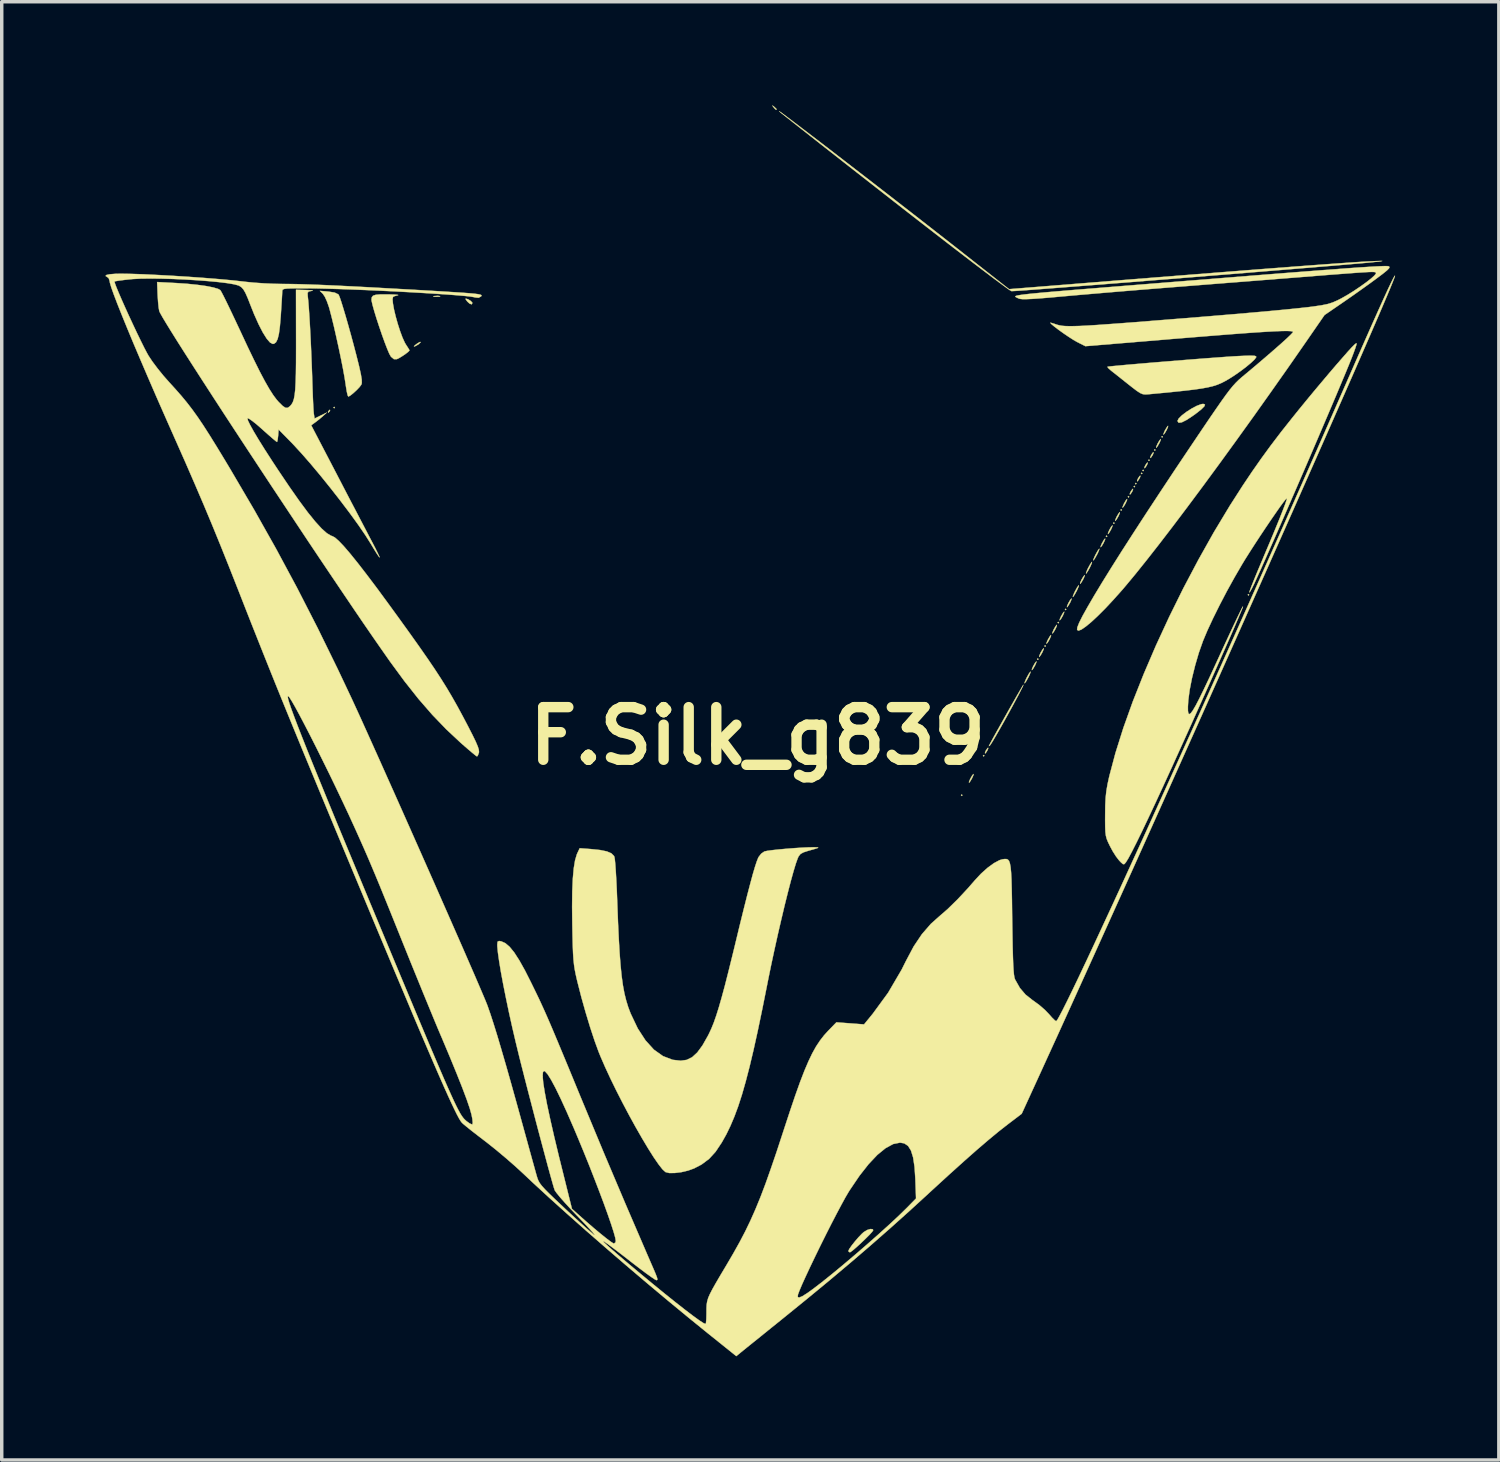
<source format=kicad_pcb>
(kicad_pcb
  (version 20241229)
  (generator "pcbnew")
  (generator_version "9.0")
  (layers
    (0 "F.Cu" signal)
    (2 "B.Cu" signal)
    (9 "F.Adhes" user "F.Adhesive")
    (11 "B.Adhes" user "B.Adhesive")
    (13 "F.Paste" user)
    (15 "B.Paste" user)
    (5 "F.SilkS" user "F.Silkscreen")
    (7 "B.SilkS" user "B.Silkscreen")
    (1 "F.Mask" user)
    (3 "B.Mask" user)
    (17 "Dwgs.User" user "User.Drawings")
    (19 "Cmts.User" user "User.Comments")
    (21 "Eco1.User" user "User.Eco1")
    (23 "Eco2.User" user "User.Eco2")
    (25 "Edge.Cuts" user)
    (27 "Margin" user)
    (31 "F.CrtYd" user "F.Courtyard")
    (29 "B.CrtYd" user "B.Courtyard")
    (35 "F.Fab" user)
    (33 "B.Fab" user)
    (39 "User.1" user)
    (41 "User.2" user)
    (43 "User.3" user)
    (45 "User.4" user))
  (footprint "F.Silk_g839"
    (layer "F.Cu")
    (at 18.876 18.248)
    (property "Reference" "F.Silk_g839" (at 0 0 0) (layer "F.SilkS") (effects (font (size 1.524 1.524) (thickness 0.3))))
    (attr through_hole)
    (fp_poly (pts (xy -12.234 -9.504) (xy -12.255 -9.483) (xy -12.277 -9.504) (xy -12.255 -9.525) (xy -12.234 -9.504)) (stroke (width 0.01) (type solid)) (fill yes) (layer "F.SilkS"))
    (fp_poly (pts (xy 5.927 1.714) (xy 5.905 1.736) (xy 5.884 1.714) (xy 5.905 1.693) (xy 5.927 1.714)) (stroke (width 0.01) (type solid)) (fill yes) (layer "F.SilkS"))
    (fp_poly (pts (xy 6.562 0.572) (xy 6.54 0.593) (xy 6.519 0.572) (xy 6.54 0.55) (xy 6.562 0.572)) (stroke (width 0.01) (type solid)) (fill yes) (layer "F.SilkS"))
    (fp_poly (pts (xy 8.128 -2.223) (xy 8.107 -2.201) (xy 8.086 -2.223) (xy 8.107 -2.244) (xy 8.128 -2.223)) (stroke (width 0.01) (type solid)) (fill yes) (layer "F.SilkS"))
    (fp_poly (pts (xy 8.34 -2.603) (xy 8.319 -2.582) (xy 8.297 -2.603) (xy 8.319 -2.625) (xy 8.34 -2.603)) (stroke (width 0.01) (type solid)) (fill yes) (layer "F.SilkS"))
    (fp_poly (pts (xy 8.721 -3.281) (xy 8.7 -3.26) (xy 8.678 -3.281) (xy 8.7 -3.302) (xy 8.721 -3.281)) (stroke (width 0.01) (type solid)) (fill yes) (layer "F.SilkS"))
    (fp_poly (pts (xy 8.932 -3.662) (xy 8.911 -3.641) (xy 8.89 -3.662) (xy 8.911 -3.683) (xy 8.932 -3.662)) (stroke (width 0.01) (type solid)) (fill yes) (layer "F.SilkS"))
    (fp_poly (pts (xy 10.118 -5.779) (xy 10.097 -5.757) (xy 10.075 -5.779) (xy 10.097 -5.8) (xy 10.118 -5.779)) (stroke (width 0.01) (type solid)) (fill yes) (layer "F.SilkS"))
    (fp_poly (pts (xy 10.329 -6.16) (xy 10.308 -6.138) (xy 10.287 -6.16) (xy 10.308 -6.181) (xy 10.329 -6.16)) (stroke (width 0.01) (type solid)) (fill yes) (layer "F.SilkS"))
    (fp_poly (pts (xy 10.541 -6.54) (xy 10.52 -6.519) (xy 10.499 -6.54) (xy 10.52 -6.562) (xy 10.541 -6.54)) (stroke (width 0.01) (type solid)) (fill yes) (layer "F.SilkS"))
    (fp_poly (pts (xy 10.753 -6.921) (xy 10.732 -6.9) (xy 10.71 -6.921) (xy 10.732 -6.943) (xy 10.753 -6.921)) (stroke (width 0.01) (type solid)) (fill yes) (layer "F.SilkS"))
    (fp_poly (pts (xy 10.922 -7.218) (xy 10.901 -7.197) (xy 10.88 -7.218) (xy 10.901 -7.239) (xy 10.922 -7.218)) (stroke (width 0.01) (type solid)) (fill yes) (layer "F.SilkS"))
    (fp_poly (pts (xy 10.964 -7.303) (xy 10.943 -7.281) (xy 10.922 -7.303) (xy 10.943 -7.324) (xy 10.964 -7.303)) (stroke (width 0.01) (type solid)) (fill yes) (layer "F.SilkS"))
    (fp_poly (pts (xy 11.134 -7.599) (xy 11.113 -7.578) (xy 11.091 -7.599) (xy 11.113 -7.62) (xy 11.134 -7.599)) (stroke (width 0.01) (type solid)) (fill yes) (layer "F.SilkS"))
    (fp_poly (pts (xy 11.176 -7.684) (xy 11.155 -7.662) (xy 11.134 -7.684) (xy 11.155 -7.705) (xy 11.176 -7.684)) (stroke (width 0.01) (type solid)) (fill yes) (layer "F.SilkS"))
    (fp_poly (pts (xy 11.345 -7.98) (xy 11.324 -7.959) (xy 11.303 -7.98) (xy 11.324 -8.001) (xy 11.345 -7.98)) (stroke (width 0.01) (type solid)) (fill yes) (layer "F.SilkS"))
    (fp_poly (pts (xy 11.515 -8.276) (xy 11.493 -8.255) (xy 11.472 -8.276) (xy 11.493 -8.297) (xy 11.515 -8.276)) (stroke (width 0.01) (type solid)) (fill yes) (layer "F.SilkS"))
    (fp_poly (pts (xy 11.726 -8.657) (xy 11.705 -8.636) (xy 11.684 -8.657) (xy 11.705 -8.678) (xy 11.726 -8.657)) (stroke (width 0.01) (type solid)) (fill yes) (layer "F.SilkS"))
    (fp_poly (pts (xy 14.224 -4.085) (xy 14.203 -4.064) (xy 14.182 -4.085) (xy 14.203 -4.106) (xy 14.224 -4.085)) (stroke (width 0.01) (type solid)) (fill yes) (layer "F.SilkS"))
    (fp_poly (pts (xy -12.375 -9.413) (xy -12.383 -9.398) (xy -12.422 -9.358) (xy -12.43 -9.356) (xy -12.433 -9.383) (xy -12.425 -9.398) (xy -12.385 -9.438) (xy -12.378 -9.44) (xy -12.375 -9.413)) (stroke (width 0.01) (type solid)) (fill yes) (layer "F.SilkS"))
    (fp_poly (pts (xy -9.196 -12.729) (xy -9.187 -12.718) (xy -9.247 -12.711) (xy -9.292 -12.711) (xy -9.374 -12.715) (xy -9.387 -12.724) (xy -9.366 -12.73) (xy -9.255 -12.737) (xy -9.196 -12.729)) (stroke (width 0.01) (type solid)) (fill yes) (layer "F.SilkS"))
    (fp_poly (pts (xy 0.446 -18.232) (xy 0.476 -18.209) (xy 0.542 -18.147) (xy 0.542 -18.119) (xy 0.534 -18.119) (xy 0.499 -18.148) (xy 0.46 -18.193) (xy 0.424 -18.243) (xy 0.446 -18.232)) (stroke (width 0.01) (type solid)) (fill yes) (layer "F.SilkS"))
    (fp_poly (pts (xy 6.67 0.37) (xy 6.646 0.423) (xy 6.603 0.49) (xy 6.58 0.508) (xy 6.58 0.477) (xy 6.604 0.423) (xy 6.648 0.357) (xy 6.67 0.339) (xy 6.67 0.37)) (stroke (width 0.01) (type solid)) (fill yes) (layer "F.SilkS"))
    (fp_poly (pts (xy 10.861 -7.123) (xy 10.837 -7.07) (xy 10.794 -7.003) (xy 10.771 -6.985) (xy 10.771 -7.016) (xy 10.795 -7.07) (xy 10.839 -7.136) (xy 10.861 -7.154) (xy 10.861 -7.123)) (stroke (width 0.01) (type solid)) (fill yes) (layer "F.SilkS"))
    (fp_poly (pts (xy 11.073 -7.504) (xy 11.049 -7.451) (xy 11.005 -7.384) (xy 10.983 -7.366) (xy 10.983 -7.397) (xy 11.007 -7.451) (xy 11.05 -7.517) (xy 11.073 -7.535) (xy 11.073 -7.504)) (stroke (width 0.01) (type solid)) (fill yes) (layer "F.SilkS"))
    (fp_poly (pts (xy 11.285 -7.885) (xy 11.261 -7.832) (xy 11.217 -7.765) (xy 11.194 -7.747) (xy 11.194 -7.778) (xy 11.218 -7.832) (xy 11.262 -7.898) (xy 11.285 -7.916) (xy 11.285 -7.885)) (stroke (width 0.01) (type solid)) (fill yes) (layer "F.SilkS"))
    (fp_poly (pts (xy 11.454 -8.182) (xy 11.43 -8.128) (xy 11.386 -8.061) (xy 11.364 -8.043) (xy 11.364 -8.074) (xy 11.388 -8.128) (xy 11.431 -8.195) (xy 11.454 -8.213) (xy 11.454 -8.182)) (stroke (width 0.01) (type solid)) (fill yes) (layer "F.SilkS"))
    (fp_poly (pts (xy -8.377 -12.636) (xy -8.3 -12.587) (xy -8.256 -12.536) (xy -8.255 -12.529) (xy -8.278 -12.49) (xy -8.339 -12.514) (xy -8.403 -12.573) (xy -8.449 -12.634) (xy -8.449 -12.658) (xy -8.377 -12.636)) (stroke (width 0.01) (type solid)) (fill yes) (layer "F.SilkS"))
    (fp_poly (pts (xy -9.753 -11.397) (xy -9.755 -11.392) (xy -9.8 -11.347) (xy -9.869 -11.301) (xy -9.928 -11.272) (xy -9.948 -11.275) (xy -9.917 -11.308) (xy -9.841 -11.364) (xy -9.837 -11.366) (xy -9.77 -11.403) (xy -9.753 -11.397)) (stroke (width 0.01) (type solid)) (fill yes) (layer "F.SilkS"))
    (fp_poly (pts (xy 6.244 1.133) (xy 6.209 1.213) (xy 6.202 1.228) (xy 6.152 1.313) (xy 6.117 1.354) (xy 6.115 1.355) (xy 6.118 1.322) (xy 6.152 1.242) (xy 6.16 1.228) (xy 6.209 1.142) (xy 6.244 1.101) (xy 6.246 1.101) (xy 6.244 1.133)) (stroke (width 0.01) (type solid)) (fill yes) (layer "F.SilkS"))
    (fp_poly (pts (xy 7.892 -1.829) (xy 7.857 -1.745) (xy 7.832 -1.693) (xy 7.776 -1.592) (xy 7.734 -1.531) (xy 7.724 -1.524) (xy 7.729 -1.557) (xy 7.764 -1.642) (xy 7.789 -1.693) (xy 7.845 -1.795) (xy 7.887 -1.855) (xy 7.897 -1.863) (xy 7.892 -1.829)) (stroke (width 0.01) (type solid)) (fill yes) (layer "F.SilkS"))
    (fp_poly (pts (xy 8.064 -2.126) (xy 8.03 -2.047) (xy 8.022 -2.032) (xy 7.972 -1.946) (xy 7.938 -1.906) (xy 7.935 -1.905) (xy 7.938 -1.938) (xy 7.972 -2.017) (xy 7.98 -2.032) (xy 8.03 -2.118) (xy 8.064 -2.158) (xy 8.067 -2.159) (xy 8.064 -2.126)) (stroke (width 0.01) (type solid)) (fill yes) (layer "F.SilkS"))
    (fp_poly (pts (xy 8.276 -2.507) (xy 8.241 -2.428) (xy 8.234 -2.413) (xy 8.184 -2.327) (xy 8.149 -2.287) (xy 8.147 -2.286) (xy 8.15 -2.319) (xy 8.184 -2.398) (xy 8.191 -2.413) (xy 8.241 -2.499) (xy 8.276 -2.539) (xy 8.278 -2.54) (xy 8.276 -2.507)) (stroke (width 0.01) (type solid)) (fill yes) (layer "F.SilkS"))
    (fp_poly (pts (xy 8.487 -2.888) (xy 8.453 -2.809) (xy 8.445 -2.794) (xy 8.396 -2.708) (xy 8.361 -2.668) (xy 8.359 -2.667) (xy 8.361 -2.7) (xy 8.396 -2.779) (xy 8.403 -2.794) (xy 8.453 -2.88) (xy 8.488 -2.92) (xy 8.49 -2.921) (xy 8.487 -2.888)) (stroke (width 0.01) (type solid)) (fill yes) (layer "F.SilkS"))
    (fp_poly (pts (xy 8.657 -3.185) (xy 8.622 -3.105) (xy 8.615 -3.09) (xy 8.565 -3.005) (xy 8.53 -2.964) (xy 8.528 -2.963) (xy 8.531 -2.996) (xy 8.565 -3.076) (xy 8.572 -3.09) (xy 8.622 -3.176) (xy 8.657 -3.217) (xy 8.659 -3.217) (xy 8.657 -3.185)) (stroke (width 0.01) (type solid)) (fill yes) (layer "F.SilkS"))
    (fp_poly (pts (xy 8.868 -3.566) (xy 8.834 -3.486) (xy 8.826 -3.471) (xy 8.777 -3.386) (xy 8.742 -3.345) (xy 8.74 -3.344) (xy 8.742 -3.377) (xy 8.777 -3.457) (xy 8.784 -3.471) (xy 8.834 -3.557) (xy 8.869 -3.598) (xy 8.871 -3.598) (xy 8.868 -3.566)) (stroke (width 0.01) (type solid)) (fill yes) (layer "F.SilkS"))
    (fp_poly (pts (xy 9.08 -3.947) (xy 9.046 -3.867) (xy 9.038 -3.852) (xy 8.988 -3.767) (xy 8.954 -3.726) (xy 8.951 -3.725) (xy 8.954 -3.758) (xy 8.988 -3.838) (xy 8.996 -3.852) (xy 9.046 -3.938) (xy 9.08 -3.979) (xy 9.083 -3.979) (xy 9.08 -3.947)) (stroke (width 0.01) (type solid)) (fill yes) (layer "F.SilkS"))
    (fp_poly (pts (xy 9.289 -4.327) (xy 9.254 -4.242) (xy 9.229 -4.191) (xy 9.173 -4.089) (xy 9.131 -4.029) (xy 9.121 -4.022) (xy 9.126 -4.055) (xy 9.161 -4.14) (xy 9.186 -4.191) (xy 9.242 -4.293) (xy 9.284 -4.353) (xy 9.294 -4.36) (xy 9.289 -4.327)) (stroke (width 0.01) (type solid)) (fill yes) (layer "F.SilkS"))
    (fp_poly (pts (xy 9.461 -4.624) (xy 9.427 -4.544) (xy 9.419 -4.53) (xy 9.369 -4.444) (xy 9.335 -4.403) (xy 9.332 -4.403) (xy 9.335 -4.435) (xy 9.369 -4.515) (xy 9.377 -4.53) (xy 9.427 -4.615) (xy 9.461 -4.656) (xy 9.464 -4.657) (xy 9.461 -4.624)) (stroke (width 0.01) (type solid)) (fill yes) (layer "F.SilkS"))
    (fp_poly (pts (xy 9.67 -5.004) (xy 9.635 -4.92) (xy 9.61 -4.868) (xy 9.554 -4.767) (xy 9.512 -4.706) (xy 9.502 -4.699) (xy 9.507 -4.732) (xy 9.542 -4.817) (xy 9.567 -4.868) (xy 9.623 -4.97) (xy 9.665 -5.03) (xy 9.675 -5.038) (xy 9.67 -5.004)) (stroke (width 0.01) (type solid)) (fill yes) (layer "F.SilkS"))
    (fp_poly (pts (xy 9.882 -5.385) (xy 9.847 -5.301) (xy 9.821 -5.249) (xy 9.765 -5.148) (xy 9.724 -5.087) (xy 9.714 -5.08) (xy 9.718 -5.113) (xy 9.754 -5.198) (xy 9.779 -5.249) (xy 9.835 -5.351) (xy 9.877 -5.411) (xy 9.887 -5.419) (xy 9.882 -5.385)) (stroke (width 0.01) (type solid)) (fill yes) (layer "F.SilkS"))
    (fp_poly (pts (xy 10.054 -5.682) (xy 10.019 -5.603) (xy 10.012 -5.588) (xy 9.962 -5.502) (xy 9.927 -5.462) (xy 9.925 -5.461) (xy 9.928 -5.494) (xy 9.962 -5.573) (xy 9.97 -5.588) (xy 10.019 -5.674) (xy 10.054 -5.714) (xy 10.056 -5.715) (xy 10.054 -5.682)) (stroke (width 0.01) (type solid)) (fill yes) (layer "F.SilkS"))
    (fp_poly (pts (xy 10.265 -6.063) (xy 10.231 -5.984) (xy 10.223 -5.969) (xy 10.174 -5.883) (xy 10.139 -5.843) (xy 10.137 -5.842) (xy 10.139 -5.875) (xy 10.174 -5.954) (xy 10.181 -5.969) (xy 10.231 -6.055) (xy 10.266 -6.095) (xy 10.268 -6.096) (xy 10.265 -6.063)) (stroke (width 0.01) (type solid)) (fill yes) (layer "F.SilkS"))
    (fp_poly (pts (xy 10.477 -6.444) (xy 10.443 -6.365) (xy 10.435 -6.35) (xy 10.385 -6.264) (xy 10.351 -6.224) (xy 10.348 -6.223) (xy 10.351 -6.256) (xy 10.385 -6.335) (xy 10.393 -6.35) (xy 10.443 -6.436) (xy 10.477 -6.476) (xy 10.48 -6.477) (xy 10.477 -6.444)) (stroke (width 0.01) (type solid)) (fill yes) (layer "F.SilkS"))
    (fp_poly (pts (xy 10.689 -6.825) (xy 10.654 -6.746) (xy 10.647 -6.731) (xy 10.597 -6.645) (xy 10.562 -6.605) (xy 10.56 -6.604) (xy 10.563 -6.637) (xy 10.597 -6.716) (xy 10.604 -6.731) (xy 10.654 -6.817) (xy 10.689 -6.857) (xy 10.691 -6.858) (xy 10.689 -6.825)) (stroke (width 0.01) (type solid)) (fill yes) (layer "F.SilkS"))
    (fp_poly (pts (xy 11.662 -8.561) (xy 11.628 -8.481) (xy 11.62 -8.467) (xy 11.571 -8.381) (xy 11.536 -8.34) (xy 11.534 -8.34) (xy 11.536 -8.372) (xy 11.571 -8.452) (xy 11.578 -8.467) (xy 11.628 -8.552) (xy 11.663 -8.593) (xy 11.665 -8.594) (xy 11.662 -8.561)) (stroke (width 0.01) (type solid)) (fill yes) (layer "F.SilkS"))
    (fp_poly (pts (xy 11.874 -8.942) (xy 11.84 -8.862) (xy 11.832 -8.848) (xy 11.782 -8.762) (xy 11.748 -8.721) (xy 11.745 -8.721) (xy 11.748 -8.753) (xy 11.782 -8.833) (xy 11.79 -8.848) (xy 11.84 -8.933) (xy 11.874 -8.974) (xy 11.877 -8.975) (xy 11.874 -8.942)) (stroke (width 0.01) (type solid)) (fill yes) (layer "F.SilkS"))
    (fp_poly (pts (xy 12.945 -9.592) (xy 12.927 -9.54) (xy 12.838 -9.451) (xy 12.675 -9.323) (xy 12.618 -9.282) (xy 12.419 -9.149) (xy 12.274 -9.076) (xy 12.184 -9.064) (xy 12.15 -9.112) (xy 12.15 -9.119) (xy 12.185 -9.188) (xy 12.278 -9.279) (xy 12.409 -9.379) (xy 12.558 -9.474) (xy 12.707 -9.553) (xy 12.834 -9.601) (xy 12.893 -9.61) (xy 12.945 -9.592)) (stroke (width 0.01) (type solid)) (fill yes) (layer "F.SilkS"))
    (fp_poly (pts (xy 3.331 14.276) (xy 3.344 14.303) (xy 3.315 14.348) (xy 3.238 14.433) (xy 3.128 14.543) (xy 3.003 14.663) (xy 2.878 14.778) (xy 2.769 14.873) (xy 2.692 14.932) (xy 2.667 14.944) (xy 2.626 14.914) (xy 2.625 14.905) (xy 2.651 14.847) (xy 2.72 14.748) (xy 2.815 14.628) (xy 2.919 14.507) (xy 3.017 14.405) (xy 3.071 14.357) (xy 3.172 14.296) (xy 3.267 14.268) (xy 3.331 14.276)) (stroke (width 0.01) (type solid)) (fill yes) (layer "F.SilkS"))
    (fp_poly (pts (xy 7.679 -1.447) (xy 7.632 -1.351) (xy 7.558 -1.206) (xy 7.461 -1.025) (xy 7.35 -0.819) (xy 7.23 -0.6) (xy 7.109 -0.382) (xy 6.993 -0.177) (xy 6.889 0.004) (xy 6.804 0.149) (xy 6.744 0.244) (xy 6.721 0.275) (xy 6.691 0.295) (xy 6.698 0.275) (xy 6.745 0.186) (xy 6.821 0.046) (xy 6.92 -0.132) (xy 7.035 -0.337) (xy 7.158 -0.557) (xy 7.282 -0.778) (xy 7.402 -0.989) (xy 7.509 -1.177) (xy 7.598 -1.329) (xy 7.66 -1.435) (xy 7.689 -1.481) (xy 7.69 -1.482) (xy 7.679 -1.447)) (stroke (width 0.01) (type solid)) (fill yes) (layer "F.SilkS"))
    (fp_poly (pts (xy -12.424 -12.86) (xy -12.241 -12.831) (xy -12.138 -12.781) (xy -12.126 -12.768) (xy -12.098 -12.704) (xy -12.052 -12.57) (xy -11.993 -12.38) (xy -11.923 -12.146) (xy -11.847 -11.881) (xy -11.768 -11.597) (xy -11.69 -11.308) (xy -11.616 -11.025) (xy -11.55 -10.762) (xy -11.535 -10.701) (xy -11.484 -10.472) (xy -11.458 -10.313) (xy -11.456 -10.211) (xy -11.469 -10.167) (xy -11.523 -10.095) (xy -11.61 -10.004) (xy -11.709 -9.914) (xy -11.796 -9.846) (xy -11.846 -9.821) (xy -11.866 -9.86) (xy -11.89 -9.964) (xy -11.915 -10.115) (xy -11.926 -10.192) (xy -11.955 -10.377) (xy -12 -10.625) (xy -12.058 -10.917) (xy -12.124 -11.233) (xy -12.195 -11.554) (xy -12.265 -11.861) (xy -12.332 -12.134) (xy -12.39 -12.355) (xy -12.408 -12.417) (xy -12.464 -12.576) (xy -12.526 -12.711) (xy -12.581 -12.793) (xy -12.669 -12.881) (xy -12.424 -12.86)) (stroke (width 0.01) (type solid)) (fill yes) (layer "F.SilkS"))
    (fp_poly (pts (xy -10.675 -12.779) (xy -10.526 -12.774) (xy -10.43 -12.767) (xy -10.399 -12.759) (xy -10.414 -12.754) (xy -10.507 -12.728) (xy -10.552 -12.705) (xy -10.566 -12.641) (xy -10.555 -12.514) (xy -10.524 -12.342) (xy -10.476 -12.141) (xy -10.416 -11.927) (xy -10.349 -11.719) (xy -10.28 -11.532) (xy -10.212 -11.383) (xy -10.175 -11.32) (xy -10.114 -11.226) (xy -10.078 -11.166) (xy -10.075 -11.158) (xy -10.108 -11.12) (xy -10.187 -11.058) (xy -10.289 -10.989) (xy -10.385 -10.931) (xy -10.441 -10.905) (xy -10.525 -10.904) (xy -10.605 -10.969) (xy -10.62 -10.988) (xy -10.662 -11.065) (xy -10.722 -11.207) (xy -10.795 -11.396) (xy -10.874 -11.616) (xy -10.954 -11.85) (xy -11.03 -12.082) (xy -11.095 -12.294) (xy -11.144 -12.469) (xy -11.172 -12.591) (xy -11.176 -12.628) (xy -11.166 -12.696) (xy -11.129 -12.741) (xy -11.05 -12.767) (xy -10.915 -12.779) (xy -10.712 -12.779) (xy -10.675 -12.779)) (stroke (width 0.01) (type solid)) (fill yes) (layer "F.SilkS"))
    (fp_poly (pts (xy 14.382 -11.001) (xy 14.423 -10.986) (xy 14.428 -10.962) (xy 14.428 -10.961) (xy 14.38 -10.896) (xy 14.278 -10.799) (xy 14.135 -10.68) (xy 13.967 -10.553) (xy 13.791 -10.43) (xy 13.631 -10.329) (xy 13.52 -10.265) (xy 13.413 -10.211) (xy 13.301 -10.164) (xy 13.176 -10.124) (xy 13.029 -10.089) (xy 12.849 -10.056) (xy 12.627 -10.024) (xy 12.356 -9.992) (xy 12.024 -9.957) (xy 11.624 -9.918) (xy 11.303 -9.888) (xy 11.217 -9.883) (xy 11.145 -9.892) (xy 11.069 -9.924) (xy 10.972 -9.987) (xy 10.837 -10.09) (xy 10.73 -10.174) (xy 10.564 -10.306) (xy 10.411 -10.428) (xy 10.289 -10.524) (xy 10.227 -10.573) (xy 10.152 -10.639) (xy 10.121 -10.68) (xy 10.122 -10.683) (xy 10.167 -10.691) (xy 10.287 -10.704) (xy 10.471 -10.721) (xy 10.708 -10.743) (xy 10.989 -10.767) (xy 11.303 -10.794) (xy 11.64 -10.822) (xy 11.989 -10.85) (xy 12.341 -10.879) (xy 12.685 -10.906) (xy 13.011 -10.931) (xy 13.309 -10.953) (xy 13.567 -10.972) (xy 13.777 -10.986) (xy 13.923 -10.994) (xy 14.144 -11.004) (xy 14.293 -11.006) (xy 14.382 -11.001)) (stroke (width 0.01) (type solid)) (fill yes) (layer "F.SilkS"))
    (fp_poly (pts (xy 0.637 -18.071) (xy 0.715 -18.015) (xy 0.85 -17.915) (xy 1.036 -17.775) (xy 1.268 -17.598) (xy 1.542 -17.389) (xy 1.851 -17.153) (xy 2.19 -16.892) (xy 2.555 -16.61) (xy 2.941 -16.312) (xy 3.342 -16.002) (xy 3.753 -15.684) (xy 4.169 -15.361) (xy 4.585 -15.038) (xy 4.995 -14.718) (xy 5.395 -14.406) (xy 5.779 -14.105) (xy 5.976 -13.95) (xy 7.275 -12.93) (xy 10.316 -13.173) (xy 11.383 -13.258) (xy 12.367 -13.336) (xy 13.267 -13.407) (xy 14.084 -13.471) (xy 14.82 -13.528) (xy 15.473 -13.578) (xy 16.046 -13.621) (xy 16.537 -13.657) (xy 16.949 -13.686) (xy 17.281 -13.709) (xy 17.534 -13.725) (xy 17.709 -13.734) (xy 17.716 -13.734) (xy 17.916 -13.743) (xy 18.034 -13.747) (xy 18.076 -13.746) (xy 18.044 -13.739) (xy 17.944 -13.727) (xy 17.843 -13.715) (xy 17.735 -13.704) (xy 17.553 -13.687) (xy 17.302 -13.665) (xy 16.99 -13.638) (xy 16.623 -13.607) (xy 16.206 -13.573) (xy 15.747 -13.535) (xy 15.252 -13.494) (xy 14.726 -13.451) (xy 14.177 -13.406) (xy 13.611 -13.36) (xy 13.033 -13.314) (xy 12.451 -13.267) (xy 11.871 -13.22) (xy 11.299 -13.175) (xy 10.741 -13.13) (xy 10.204 -13.088) (xy 9.694 -13.048) (xy 9.217 -13.011) (xy 8.78 -12.977) (xy 8.389 -12.947) (xy 8.05 -12.921) (xy 7.77 -12.9) (xy 7.555 -12.885) (xy 7.412 -12.876) (xy 7.346 -12.873) (xy 7.345 -12.873) (xy 7.3 -12.899) (xy 7.194 -12.974) (xy 7.03 -13.094) (xy 6.813 -13.255) (xy 6.549 -13.455) (xy 6.24 -13.69) (xy 5.894 -13.955) (xy 5.513 -14.248) (xy 5.102 -14.566) (xy 4.667 -14.903) (xy 4.211 -15.258) (xy 3.965 -15.45) (xy 3.501 -15.813) (xy 3.055 -16.162) (xy 2.633 -16.492) (xy 2.238 -16.802) (xy 1.875 -17.086) (xy 1.55 -17.342) (xy 1.265 -17.566) (xy 1.027 -17.754) (xy 0.839 -17.903) (xy 0.706 -18.008) (xy 0.633 -18.068) (xy 0.621 -18.079) (xy 0.637 -18.071)) (stroke (width 0.01) (type solid)) (fill yes) (layer "F.SilkS"))
    (fp_poly (pts (xy 1.63 3.221) (xy 1.718 3.223) (xy 1.754 3.23) (xy 1.731 3.245) (xy 1.642 3.273) (xy 1.479 3.319) (xy 1.468 3.322) (xy 1.325 3.368) (xy 1.239 3.416) (xy 1.185 3.484) (xy 1.159 3.541) (xy 1.106 3.689) (xy 1.039 3.91) (xy 0.96 4.194) (xy 0.873 4.53) (xy 0.779 4.908) (xy 0.682 5.318) (xy 0.582 5.749) (xy 0.484 6.192) (xy 0.389 6.635) (xy 0.3 7.07) (xy 0.275 7.197) (xy 0.135 7.898) (xy 0.005 8.522) (xy -0.117 9.075) (xy -0.233 9.564) (xy -0.345 9.996) (xy -0.454 10.378) (xy -0.563 10.715) (xy -0.674 11.015) (xy -0.788 11.284) (xy -0.907 11.529) (xy -1.034 11.756) (xy -1.038 11.763) (xy -1.218 12.033) (xy -1.405 12.238) (xy -1.62 12.399) (xy -1.839 12.514) (xy -2.013 12.577) (xy -2.208 12.623) (xy -2.399 12.647) (xy -2.56 12.648) (xy -2.668 12.62) (xy -2.671 12.618) (xy -2.756 12.539) (xy -2.871 12.392) (xy -3.012 12.187) (xy -3.172 11.933) (xy -3.347 11.64) (xy -3.532 11.317) (xy -3.721 10.973) (xy -3.909 10.618) (xy -4.091 10.261) (xy -4.262 9.911) (xy -4.416 9.578) (xy -4.549 9.272) (xy -4.604 9.136) (xy -4.722 8.812) (xy -4.849 8.426) (xy -4.978 8) (xy -5.103 7.556) (xy -5.216 7.114) (xy -5.232 7.048) (xy -5.266 6.898) (xy -5.293 6.761) (xy -5.314 6.623) (xy -5.33 6.47) (xy -5.342 6.287) (xy -5.351 6.061) (xy -5.358 5.776) (xy -5.364 5.47) (xy -5.37 4.945) (xy -5.365 4.499) (xy -5.349 4.129) (xy -5.322 3.83) (xy -5.284 3.599) (xy -5.234 3.429) (xy -5.22 3.396) (xy -5.15 3.249) (xy -4.829 3.273) (xy -4.56 3.301) (xy -4.365 3.341) (xy -4.235 3.396) (xy -4.161 3.469) (xy -4.146 3.499) (xy -4.134 3.569) (xy -4.12 3.71) (xy -4.106 3.913) (xy -4.091 4.165) (xy -4.077 4.454) (xy -4.065 4.768) (xy -4.063 4.82) (xy -4.042 5.382) (xy -4.019 5.868) (xy -3.995 6.286) (xy -3.967 6.645) (xy -3.936 6.953) (xy -3.899 7.219) (xy -3.856 7.45) (xy -3.805 7.656) (xy -3.747 7.845) (xy -3.679 8.025) (xy -3.671 8.043) (xy -3.47 8.465) (xy -3.246 8.81) (xy -3.003 9.078) (xy -2.74 9.265) (xy -2.46 9.372) (xy -2.226 9.398) (xy -2.054 9.374) (xy -1.897 9.297) (xy -1.747 9.159) (xy -1.597 8.955) (xy -1.439 8.676) (xy -1.408 8.615) (xy -1.339 8.467) (xy -1.27 8.296) (xy -1.199 8.094) (xy -1.123 7.852) (xy -1.04 7.563) (xy -0.947 7.219) (xy -0.844 6.813) (xy -0.726 6.336) (xy -0.655 6.045) (xy -0.521 5.489) (xy -0.403 5.011) (xy -0.301 4.606) (xy -0.213 4.27) (xy -0.14 3.999) (xy -0.078 3.789) (xy -0.027 3.634) (xy 0.014 3.53) (xy 0.025 3.507) (xy 0.103 3.406) (xy 0.196 3.342) (xy 0.276 3.325) (xy 0.421 3.305) (xy 0.614 3.284) (xy 0.835 3.264) (xy 1.066 3.246) (xy 1.287 3.232) (xy 1.481 3.223) (xy 1.629 3.221) (xy 1.63 3.221)) (stroke (width 0.01) (type solid)) (fill yes) (layer "F.SilkS"))
    (fp_poly (pts (xy 17.326 -11.319) (xy 17.293 -11.217) (xy 17.247 -11.089) (xy 17.198 -10.96) (xy 17.119 -10.763) (xy 17.013 -10.506) (xy 16.883 -10.196) (xy 16.734 -9.841) (xy 16.567 -9.448) (xy 16.387 -9.026) (xy 16.197 -8.581) (xy 16 -8.122) (xy 15.799 -7.656) (xy 15.598 -7.191) (xy 15.399 -6.733) (xy 15.207 -6.292) (xy 15.025 -5.874) (xy 14.855 -5.488) (xy 14.701 -5.14) (xy 14.567 -4.839) (xy 14.455 -4.591) (xy 14.37 -4.406) (xy 14.313 -4.289) (xy 14.308 -4.279) (xy 14.251 -4.178) (xy 14.229 -4.15) (xy 14.24 -4.198) (xy 14.285 -4.321) (xy 14.365 -4.52) (xy 14.478 -4.795) (xy 14.627 -5.147) (xy 14.631 -5.158) (xy 14.815 -5.593) (xy 14.972 -5.97) (xy 15.102 -6.287) (xy 15.202 -6.541) (xy 15.272 -6.726) (xy 15.31 -6.841) (xy 15.315 -6.881) (xy 15.286 -6.855) (xy 15.217 -6.769) (xy 15.116 -6.631) (xy 14.991 -6.452) (xy 14.847 -6.243) (xy 14.692 -6.014) (xy 14.533 -5.775) (xy 14.376 -5.535) (xy 14.229 -5.306) (xy 14.098 -5.098) (xy 14.023 -4.974) (xy 13.801 -4.592) (xy 13.579 -4.191) (xy 13.368 -3.787) (xy 13.176 -3.4) (xy 13.012 -3.047) (xy 12.886 -2.746) (xy 12.883 -2.737) (xy 12.766 -2.405) (xy 12.66 -2.042) (xy 12.569 -1.675) (xy 12.501 -1.329) (xy 12.462 -1.032) (xy 12.46 -1.005) (xy 12.451 -0.845) (xy 12.452 -0.727) (xy 12.464 -0.655) (xy 12.49 -0.63) (xy 12.533 -0.658) (xy 12.595 -0.741) (xy 12.678 -0.883) (xy 12.784 -1.087) (xy 12.916 -1.357) (xy 13.077 -1.696) (xy 13.267 -2.107) (xy 13.377 -2.347) (xy 13.525 -2.668) (xy 13.662 -2.963) (xy 13.784 -3.223) (xy 13.888 -3.44) (xy 13.968 -3.606) (xy 14.021 -3.712) (xy 14.044 -3.75) (xy 14.044 -3.75) (xy 14.032 -3.708) (xy 13.986 -3.595) (xy 13.911 -3.416) (xy 13.809 -3.178) (xy 13.682 -2.885) (xy 13.532 -2.545) (xy 13.363 -2.163) (xy 13.177 -1.744) (xy 12.977 -1.294) (xy 12.764 -0.82) (xy 12.543 -0.326) (xy 12.314 0.181) (xy 12.081 0.695) (xy 12.003 0.868) (xy 11.749 1.423) (xy 11.516 1.927) (xy 11.306 2.374) (xy 11.121 2.763) (xy 10.962 3.088) (xy 10.831 3.347) (xy 10.73 3.536) (xy 10.66 3.651) (xy 10.653 3.66) (xy 10.612 3.708) (xy 10.574 3.71) (xy 10.515 3.66) (xy 10.462 3.604) (xy 10.375 3.493) (xy 10.277 3.339) (xy 10.193 3.183) (xy 10.139 3.071) (xy 10.101 2.978) (xy 10.077 2.886) (xy 10.063 2.776) (xy 10.057 2.629) (xy 10.055 2.426) (xy 10.056 2.287) (xy 10.059 2.011) (xy 10.07 1.79) (xy 10.091 1.595) (xy 10.125 1.396) (xy 10.176 1.164) (xy 10.354 0.494) (xy 10.582 -0.23) (xy 10.856 -0.996) (xy 11.172 -1.793) (xy 11.524 -2.613) (xy 11.908 -3.443) (xy 12.318 -4.273) (xy 12.751 -5.093) (xy 13.2 -5.893) (xy 13.662 -6.66) (xy 14.033 -7.239) (xy 14.308 -7.649) (xy 14.573 -8.028) (xy 14.843 -8.398) (xy 15.132 -8.778) (xy 15.457 -9.189) (xy 15.659 -9.44) (xy 15.873 -9.702) (xy 16.096 -9.972) (xy 16.322 -10.241) (xy 16.541 -10.501) (xy 16.746 -10.741) (xy 16.93 -10.952) (xy 17.083 -11.126) (xy 17.199 -11.253) (xy 17.268 -11.322) (xy 17.313 -11.359) (xy 17.333 -11.362) (xy 17.326 -11.319)) (stroke (width 0.01) (type solid)) (fill yes) (layer "F.SilkS"))
    (fp_poly (pts (xy -16.828 -13.107) (xy -16.513 -13.086) (xy -16.221 -13.056) (xy -15.967 -13.021) (xy -15.761 -12.981) (xy -15.617 -12.939) (xy -15.552 -12.903) (xy -15.52 -12.851) (xy -15.458 -12.733) (xy -15.371 -12.558) (xy -15.265 -12.338) (xy -15.143 -12.081) (xy -15.011 -11.8) (xy -14.991 -11.758) (xy -14.769 -11.282) (xy -14.575 -10.879) (xy -14.407 -10.541) (xy -14.26 -10.264) (xy -14.132 -10.04) (xy -14.019 -9.864) (xy -13.918 -9.729) (xy -13.861 -9.664) (xy -13.745 -9.55) (xy -13.663 -9.496) (xy -13.599 -9.496) (xy -13.534 -9.544) (xy -13.53 -9.548) (xy -13.486 -9.6) (xy -13.45 -9.665) (xy -13.421 -9.753) (xy -13.399 -9.87) (xy -13.382 -10.025) (xy -13.371 -10.228) (xy -13.363 -10.485) (xy -13.359 -10.807) (xy -13.358 -11.199) (xy -13.358 -11.441) (xy -13.36 -12.912) (xy -13.062 -12.905) (xy -12.938 -12.9) (xy -12.876 -12.892) (xy -12.887 -12.883) (xy -12.901 -12.881) (xy -12.991 -12.864) (xy -13.024 -12.824) (xy -13.021 -12.735) (xy -13.018 -12.708) (xy -13.004 -12.575) (xy -12.988 -12.37) (xy -12.971 -12.109) (xy -12.953 -11.803) (xy -12.936 -11.468) (xy -12.92 -11.117) (xy -12.906 -10.763) (xy -12.893 -10.421) (xy -12.89 -10.308) (xy -12.881 -10.04) (xy -12.872 -9.792) (xy -12.862 -9.58) (xy -12.853 -9.421) (xy -12.845 -9.329) (xy -12.844 -9.324) (xy -12.823 -9.187) (xy -12.645 -9.273) (xy -12.467 -9.36) (xy -12.574 -9.263) (xy -12.689 -9.164) (xy -12.8 -9.078) (xy -12.92 -8.991) (xy -12.149 -7.512) (xy -11.969 -7.165) (xy -11.791 -6.823) (xy -11.621 -6.499) (xy -11.467 -6.204) (xy -11.333 -5.948) (xy -11.227 -5.744) (xy -11.153 -5.604) (xy -11.15 -5.599) (xy -11.062 -5.429) (xy -10.993 -5.29) (xy -10.95 -5.197) (xy -10.941 -5.165) (xy -10.969 -5.199) (xy -11.031 -5.291) (xy -11.115 -5.427) (xy -11.192 -5.556) (xy -11.351 -5.808) (xy -11.557 -6.109) (xy -11.8 -6.444) (xy -12.07 -6.801) (xy -12.355 -7.166) (xy -12.645 -7.526) (xy -12.93 -7.867) (xy -13.2 -8.176) (xy -13.443 -8.44) (xy -13.513 -8.512) (xy -13.864 -8.869) (xy -13.877 -8.689) (xy -13.89 -8.579) (xy -13.905 -8.515) (xy -13.911 -8.509) (xy -13.949 -8.536) (xy -14.037 -8.609) (xy -14.162 -8.718) (xy -14.313 -8.852) (xy -14.34 -8.877) (xy -14.502 -9.019) (xy -14.634 -9.123) (xy -14.724 -9.184) (xy -14.764 -9.194) (xy -14.765 -9.193) (xy -14.751 -9.13) (xy -14.69 -9.003) (xy -14.587 -8.817) (xy -14.443 -8.576) (xy -14.262 -8.286) (xy -14.046 -7.951) (xy -13.877 -7.694) (xy -13.554 -7.215) (xy -13.269 -6.808) (xy -13.02 -6.472) (xy -12.804 -6.205) (xy -12.622 -6.005) (xy -12.47 -5.869) (xy -12.347 -5.795) (xy -12.312 -5.784) (xy -12.235 -5.743) (xy -12.124 -5.646) (xy -11.978 -5.493) (xy -11.795 -5.28) (xy -11.574 -5.006) (xy -11.313 -4.669) (xy -11.01 -4.267) (xy -10.665 -3.797) (xy -10.367 -3.387) (xy -10.051 -2.948) (xy -9.779 -2.565) (xy -9.545 -2.229) (xy -9.341 -1.928) (xy -9.161 -1.652) (xy -8.997 -1.389) (xy -8.843 -1.129) (xy -8.692 -0.862) (xy -8.537 -0.576) (xy -8.386 -0.289) (xy -8.255 -0.033) (xy -8.161 0.16) (xy -8.101 0.3) (xy -8.07 0.398) (xy -8.064 0.465) (xy -8.067 0.484) (xy -8.097 0.564) (xy -8.122 0.593) (xy -8.162 0.566) (xy -8.252 0.493) (xy -8.382 0.383) (xy -8.537 0.248) (xy -8.594 0.198) (xy -9.011 -0.192) (xy -9.414 -0.611) (xy -9.814 -1.071) (xy -10.221 -1.585) (xy -10.647 -2.165) (xy -10.672 -2.201) (xy -10.884 -2.504) (xy -11.126 -2.852) (xy -11.393 -3.24) (xy -11.682 -3.665) (xy -11.991 -4.122) (xy -12.316 -4.604) (xy -12.655 -5.108) (xy -13.003 -5.628) (xy -13.357 -6.161) (xy -13.715 -6.7) (xy -14.074 -7.241) (xy -14.429 -7.779) (xy -14.778 -8.309) (xy -15.118 -8.827) (xy -15.445 -9.327) (xy -15.756 -9.805) (xy -16.048 -10.256) (xy -16.318 -10.675) (xy -16.563 -11.057) (xy -16.779 -11.397) (xy -16.963 -11.691) (xy -17.112 -11.933) (xy -17.223 -12.118) (xy -17.293 -12.243) (xy -17.317 -12.296) (xy -17.335 -12.399) (xy -17.351 -12.557) (xy -17.363 -12.738) (xy -17.365 -12.78) (xy -17.379 -13.136) (xy -16.828 -13.107)) (stroke (width 0.01) (type solid)) (fill yes) (layer "F.SilkS"))
    (fp_poly (pts (xy 18.234 -13.596) (xy 18.262 -13.591) (xy 18.263 -13.591) (xy 18.286 -13.57) (xy 18.271 -13.533) (xy 18.21 -13.471) (xy 18.094 -13.377) (xy 17.921 -13.247) (xy 17.724 -13.102) (xy 17.485 -12.931) (xy 17.231 -12.751) (xy 16.991 -12.584) (xy 16.952 -12.557) (xy 16.404 -12.181) (xy 15.875 -11.415) (xy 15.367 -10.684) (xy 14.857 -9.96) (xy 14.351 -9.247) (xy 13.852 -8.553) (xy 13.365 -7.882) (xy 12.894 -7.241) (xy 12.443 -6.635) (xy 12.016 -6.069) (xy 11.617 -5.549) (xy 11.251 -5.082) (xy 10.922 -4.672) (xy 10.634 -4.326) (xy 10.555 -4.233) (xy 10.302 -3.949) (xy 10.065 -3.695) (xy 9.848 -3.478) (xy 9.657 -3.3) (xy 9.495 -3.166) (xy 9.37 -3.08) (xy 9.284 -3.047) (xy 9.244 -3.07) (xy 9.251 -3.143) (xy 9.303 -3.275) (xy 9.402 -3.473) (xy 9.547 -3.733) (xy 9.734 -4.054) (xy 9.961 -4.43) (xy 10.228 -4.861) (xy 10.531 -5.341) (xy 10.87 -5.868) (xy 11.241 -6.439) (xy 11.643 -7.05) (xy 12.073 -7.699) (xy 12.531 -8.382) (xy 12.845 -8.848) (xy 13.076 -9.19) (xy 13.268 -9.469) (xy 13.425 -9.695) (xy 13.554 -9.875) (xy 13.662 -10.018) (xy 13.755 -10.131) (xy 13.84 -10.224) (xy 13.922 -10.305) (xy 14.009 -10.381) (xy 14.045 -10.411) (xy 14.371 -10.684) (xy 14.666 -10.935) (xy 14.924 -11.158) (xy 15.141 -11.348) (xy 15.311 -11.502) (xy 15.428 -11.614) (xy 15.488 -11.679) (xy 15.494 -11.692) (xy 15.477 -11.707) (xy 15.422 -11.716) (xy 15.327 -11.72) (xy 15.185 -11.719) (xy 14.993 -11.712) (xy 14.747 -11.699) (xy 14.443 -11.68) (xy 14.075 -11.654) (xy 13.64 -11.621) (xy 13.134 -11.581) (xy 12.552 -11.534) (xy 11.89 -11.48) (xy 11.886 -11.479) (xy 9.484 -11.28) (xy 9.246 -11.4) (xy 9.14 -11.461) (xy 9.004 -11.548) (xy 8.855 -11.649) (xy 8.71 -11.753) (xy 8.586 -11.847) (xy 8.499 -11.92) (xy 8.467 -11.958) (xy 8.502 -11.953) (xy 8.59 -11.926) (xy 8.625 -11.914) (xy 8.681 -11.896) (xy 8.742 -11.881) (xy 8.814 -11.869) (xy 8.903 -11.862) (xy 9.014 -11.859) (xy 9.154 -11.86) (xy 9.328 -11.865) (xy 9.543 -11.876) (xy 9.804 -11.892) (xy 10.116 -11.914) (xy 10.487 -11.941) (xy 10.921 -11.974) (xy 11.424 -12.014) (xy 12.003 -12.06) (xy 12.34 -12.087) (xy 13.092 -12.148) (xy 13.762 -12.204) (xy 14.352 -12.255) (xy 14.863 -12.301) (xy 15.298 -12.342) (xy 15.658 -12.379) (xy 15.947 -12.411) (xy 16.087 -12.429) (xy 16.318 -12.463) (xy 16.494 -12.499) (xy 16.64 -12.545) (xy 16.784 -12.608) (xy 16.893 -12.664) (xy 17.071 -12.765) (xy 17.26 -12.883) (xy 17.445 -13.008) (xy 17.615 -13.13) (xy 17.755 -13.24) (xy 17.852 -13.328) (xy 17.894 -13.384) (xy 17.894 -13.392) (xy 17.89 -13.405) (xy 17.882 -13.415) (xy 17.864 -13.423) (xy 17.829 -13.427) (xy 17.771 -13.429) (xy 17.682 -13.426) (xy 17.556 -13.419) (xy 17.385 -13.408) (xy 17.165 -13.392) (xy 16.886 -13.371) (xy 16.544 -13.345) (xy 16.131 -13.312) (xy 15.642 -13.273) (xy 15.159 -13.235) (xy 14.615 -13.192) (xy 14.035 -13.146) (xy 13.443 -13.1) (xy 12.862 -13.054) (xy 12.318 -13.011) (xy 11.874 -12.976) (xy 11.425 -12.94) (xy 10.955 -12.902) (xy 10.48 -12.863) (xy 10.018 -12.824) (xy 9.585 -12.787) (xy 9.199 -12.754) (xy 8.876 -12.725) (xy 8.806 -12.719) (xy 8.445 -12.686) (xy 8.16 -12.663) (xy 7.94 -12.648) (xy 7.778 -12.641) (xy 7.664 -12.641) (xy 7.59 -12.649) (xy 7.546 -12.663) (xy 7.516 -12.678) (xy 7.488 -12.691) (xy 7.467 -12.703) (xy 7.456 -12.715) (xy 7.459 -12.726) (xy 7.481 -12.737) (xy 7.526 -12.748) (xy 7.599 -12.761) (xy 7.702 -12.775) (xy 7.841 -12.791) (xy 8.02 -12.809) (xy 8.243 -12.83) (xy 8.514 -12.854) (xy 8.837 -12.881) (xy 9.216 -12.913) (xy 9.657 -12.948) (xy 10.162 -12.989) (xy 10.736 -13.035) (xy 11.383 -13.087) (xy 12.108 -13.145) (xy 12.636 -13.187) (xy 13.451 -13.252) (xy 14.186 -13.311) (xy 14.844 -13.363) (xy 15.43 -13.409) (xy 15.947 -13.449) (xy 16.4 -13.484) (xy 16.792 -13.513) (xy 17.128 -13.538) (xy 17.412 -13.558) (xy 17.647 -13.573) (xy 17.837 -13.585) (xy 17.987 -13.592) (xy 18.101 -13.597) (xy 18.182 -13.598) (xy 18.234 -13.596)) (stroke (width 0.01) (type solid)) (fill yes) (layer "F.SilkS"))
    (fp_poly (pts (xy -18.128 -13.372) (xy -17.766 -13.36) (xy -17.357 -13.34) (xy -16.917 -13.316) (xy -16.464 -13.287) (xy -16.017 -13.255) (xy -15.594 -13.221) (xy -15.212 -13.186) (xy -14.89 -13.151) (xy -14.818 -13.142) (xy -14.575 -13.118) (xy -14.286 -13.098) (xy -13.989 -13.085) (xy -13.76 -13.081) (xy -13.529 -13.079) (xy -13.264 -13.074) (xy -12.958 -13.064) (xy -12.604 -13.051) (xy -12.198 -13.033) (xy -11.731 -13.01) (xy -11.199 -12.982) (xy -10.594 -12.948) (xy -9.948 -12.912) (xy -9.484 -12.885) (xy -9.097 -12.862) (xy -8.781 -12.842) (xy -8.529 -12.826) (xy -8.335 -12.811) (xy -8.191 -12.798) (xy -8.092 -12.785) (xy -8.03 -12.772) (xy -7.998 -12.759) (xy -7.99 -12.744) (xy -7.999 -12.727) (xy -8.008 -12.718) (xy -8.076 -12.681) (xy -8.179 -12.691) (xy -8.209 -12.699) (xy -8.302 -12.715) (xy -8.47 -12.734) (xy -8.703 -12.754) (xy -8.991 -12.776) (xy -9.326 -12.798) (xy -9.696 -12.821) (xy -10.093 -12.844) (xy -10.507 -12.866) (xy -10.928 -12.886) (xy -11.346 -12.905) (xy -11.752 -12.921) (xy -12.136 -12.935) (xy -12.488 -12.945) (xy -12.798 -12.952) (xy -13.049 -12.954) (xy -13.309 -12.954) (xy -13.496 -12.952) (xy -13.622 -12.947) (xy -13.7 -12.937) (xy -13.74 -12.92) (xy -13.756 -12.896) (xy -13.759 -12.861) (xy -13.759 -12.859) (xy -13.762 -12.783) (xy -13.77 -12.642) (xy -13.782 -12.452) (xy -13.796 -12.232) (xy -13.801 -12.153) (xy -13.826 -11.857) (xy -13.855 -11.638) (xy -13.892 -11.486) (xy -13.939 -11.393) (xy -13.997 -11.35) (xy -14.032 -11.345) (xy -14.11 -11.385) (xy -14.208 -11.498) (xy -14.32 -11.677) (xy -14.442 -11.914) (xy -14.571 -12.202) (xy -14.669 -12.447) (xy -14.755 -12.667) (xy -14.823 -12.821) (xy -14.882 -12.923) (xy -14.94 -12.987) (xy -15.005 -13.028) (xy -15.027 -13.038) (xy -15.15 -13.071) (xy -15.344 -13.104) (xy -15.596 -13.135) (xy -15.892 -13.163) (xy -16.22 -13.188) (xy -16.564 -13.209) (xy -16.913 -13.225) (xy -17.253 -13.235) (xy -17.569 -13.238) (xy -17.85 -13.235) (xy -18.081 -13.223) (xy -18.136 -13.218) (xy -18.323 -13.198) (xy -18.477 -13.178) (xy -18.58 -13.161) (xy -18.612 -13.152) (xy -18.603 -13.107) (xy -18.563 -12.998) (xy -18.496 -12.836) (xy -18.409 -12.634) (xy -18.306 -12.403) (xy -18.193 -12.154) (xy -18.075 -11.901) (xy -17.959 -11.655) (xy -17.848 -11.427) (xy -17.75 -11.229) (xy -17.668 -11.074) (xy -17.625 -10.998) (xy -17.514 -10.832) (xy -17.363 -10.631) (xy -17.192 -10.42) (xy -17.023 -10.229) (xy -16.835 -10.022) (xy -16.665 -9.828) (xy -16.508 -9.637) (xy -16.355 -9.438) (xy -16.2 -9.222) (xy -16.036 -8.978) (xy -15.856 -8.697) (xy -15.653 -8.369) (xy -15.419 -7.984) (xy -15.252 -7.705) (xy -14.572 -6.546) (xy -13.934 -5.412) (xy -13.327 -4.282) (xy -12.737 -3.13) (xy -12.152 -1.935) (xy -11.746 -1.076) (xy -11.632 -0.828) (xy -11.492 -0.522) (xy -11.331 -0.166) (xy -11.151 0.234) (xy -10.954 0.672) (xy -10.744 1.142) (xy -10.523 1.636) (xy -10.294 2.15) (xy -10.06 2.677) (xy -9.824 3.209) (xy -9.588 3.742) (xy -9.355 4.268) (xy -9.129 4.782) (xy -8.911 5.277) (xy -8.705 5.746) (xy -8.513 6.184) (xy -8.339 6.584) (xy -8.184 6.94) (xy -8.053 7.245) (xy -7.947 7.493) (xy -7.869 7.678) (xy -7.823 7.794) (xy -7.817 7.811) (xy -7.733 8.051) (xy -7.64 8.337) (xy -7.535 8.675) (xy -7.418 9.07) (xy -7.285 9.527) (xy -7.136 10.052) (xy -6.969 10.651) (xy -6.859 11.049) (xy -6.764 11.394) (xy -6.673 11.724) (xy -6.59 12.026) (xy -6.517 12.29) (xy -6.457 12.505) (xy -6.415 12.657) (xy -6.397 12.721) (xy -6.372 12.802) (xy -6.344 12.873) (xy -6.304 12.943) (xy -6.244 13.022) (xy -6.157 13.118) (xy -6.035 13.241) (xy -5.869 13.401) (xy -5.652 13.605) (xy -5.565 13.688) (xy -5.35 13.887) (xy -5.152 14.069) (xy -4.98 14.225) (xy -4.843 14.345) (xy -4.752 14.422) (xy -4.72 14.445) (xy -4.722 14.431) (xy -4.776 14.364) (xy -4.876 14.253) (xy -5.012 14.106) (xy -5.179 13.932) (xy -5.23 13.879) (xy -5.415 13.685) (xy -5.582 13.504) (xy -5.721 13.346) (xy -5.82 13.224) (xy -5.872 13.149) (xy -5.874 13.143) (xy -5.899 13.067) (xy -5.942 12.919) (xy -6.001 12.707) (xy -6.074 12.441) (xy -6.157 12.13) (xy -6.25 11.784) (xy -6.349 11.412) (xy -6.451 11.023) (xy -6.554 10.626) (xy -6.657 10.231) (xy -6.755 9.848) (xy -6.222 9.848) (xy -6.205 10.041) (xy -6.162 10.312) (xy -6.096 10.661) (xy -6.004 11.09) (xy -5.888 11.598) (xy -5.747 12.186) (xy -5.668 12.503) (xy -5.375 13.683) (xy -5.164 13.873) (xy -4.948 14.064) (xy -4.739 14.244) (xy -4.547 14.404) (xy -4.383 14.536) (xy -4.256 14.632) (xy -4.177 14.683) (xy -4.159 14.689) (xy -4.115 14.655) (xy -4.106 14.611) (xy -4.122 14.516) (xy -4.168 14.352) (xy -4.24 14.128) (xy -4.335 13.853) (xy -4.45 13.534) (xy -4.582 13.183) (xy -4.727 12.806) (xy -4.881 12.413) (xy -5.043 12.013) (xy -5.208 11.615) (xy -5.317 11.356) (xy -5.518 10.895) (xy -5.695 10.507) (xy -5.848 10.192) (xy -5.976 9.953) (xy -6.077 9.791) (xy -6.153 9.707) (xy -6.184 9.694) (xy -6.215 9.733) (xy -6.222 9.848) (xy -6.755 9.848) (xy -6.755 9.847) (xy -6.848 9.484) (xy -6.898 9.284) (xy -7.002 8.857) (xy -7.103 8.424) (xy -7.198 7.995) (xy -7.285 7.579) (xy -7.363 7.189) (xy -7.429 6.834) (xy -7.48 6.526) (xy -7.516 6.274) (xy -7.534 6.089) (xy -7.535 6.038) (xy -7.527 5.954) (xy -7.483 5.933) (xy -7.419 5.944) (xy -7.302 5.996) (xy -7.179 6.101) (xy -7.045 6.265) (xy -6.897 6.495) (xy -6.73 6.794) (xy -6.559 7.133) (xy -6.471 7.313) (xy -6.391 7.477) (xy -6.317 7.632) (xy -6.246 7.786) (xy -6.173 7.946) (xy -6.096 8.12) (xy -6.011 8.316) (xy -5.915 8.541) (xy -5.805 8.803) (xy -5.677 9.11) (xy -5.528 9.468) (xy -5.355 9.887) (xy -5.155 10.373) (xy -5.059 10.604) (xy -4.451 12.066) (xy -3.823 13.548) (xy -3.196 15.004) (xy -3.103 15.219) (xy -3.011 15.43) (xy -2.949 15.576) (xy -2.914 15.669) (xy -2.901 15.72) (xy -2.907 15.743) (xy -2.927 15.748) (xy -2.933 15.748) (xy -2.981 15.723) (xy -3.084 15.653) (xy -3.232 15.547) (xy -3.412 15.412) (xy -3.615 15.256) (xy -3.641 15.236) (xy -3.937 15.006) (xy -4.168 14.83) (xy -4.334 14.707) (xy -4.437 14.636) (xy -4.476 14.617) (xy -4.453 14.649) (xy -4.366 14.731) (xy -4.217 14.864) (xy -4.007 15.045) (xy -3.735 15.276) (xy -3.45 15.514) (xy -3.055 15.841) (xy -2.695 16.135) (xy -2.374 16.392) (xy -2.097 16.609) (xy -1.867 16.784) (xy -1.69 16.912) (xy -1.568 16.991) (xy -1.506 17.018) (xy -1.495 16.979) (xy -1.486 16.875) (xy -1.482 16.727) (xy -1.482 16.678) (xy -1.481 16.559) (xy -1.476 16.459) (xy -1.461 16.366) (xy -1.433 16.269) (xy -1.419 16.236) (xy 1.159 16.236) (xy 1.2 16.252) (xy 1.293 16.214) (xy 1.441 16.12) (xy 1.594 16.01) (xy 1.848 15.816) (xy 2.145 15.578) (xy 2.472 15.308) (xy 2.815 15.017) (xy 3.16 14.719) (xy 3.496 14.423) (xy 3.807 14.142) (xy 4.08 13.888) (xy 4.302 13.671) (xy 4.334 13.639) (xy 4.583 13.385) (xy 4.563 12.82) (xy 4.54 12.47) (xy 4.499 12.198) (xy 4.437 11.998) (xy 4.352 11.863) (xy 4.241 11.789) (xy 4.119 11.769) (xy 3.921 11.809) (xy 3.702 11.928) (xy 3.464 12.122) (xy 3.211 12.39) (xy 2.946 12.727) (xy 2.671 13.133) (xy 2.633 13.193) (xy 2.54 13.351) (xy 2.422 13.567) (xy 2.284 13.827) (xy 2.132 14.12) (xy 1.973 14.434) (xy 1.813 14.756) (xy 1.658 15.074) (xy 1.513 15.377) (xy 1.385 15.651) (xy 1.279 15.885) (xy 1.203 16.066) (xy 1.166 16.166) (xy 1.159 16.236) (xy -1.419 16.236) (xy -1.385 16.156) (xy -1.313 16.016) (xy -1.213 15.838) (xy -1.08 15.61) (xy -0.908 15.322) (xy -0.897 15.303) (xy -0.7 14.966) (xy -0.522 14.648) (xy -0.36 14.338) (xy -0.209 14.025) (xy -0.064 13.698) (xy 0.08 13.347) (xy 0.227 12.96) (xy 0.381 12.525) (xy 0.549 12.033) (xy 0.733 11.472) (xy 0.761 11.386) (xy 0.934 10.86) (xy 1.087 10.408) (xy 1.225 10.021) (xy 1.351 9.694) (xy 1.469 9.417) (xy 1.581 9.183) (xy 1.691 8.985) (xy 1.804 8.815) (xy 1.921 8.664) (xy 2.038 8.535) (xy 2.279 8.287) (xy 3.079 8.347) (xy 3.333 8.036) (xy 3.776 7.43) (xy 4.167 6.762) (xy 4.288 6.519) (xy 4.515 6.091) (xy 4.754 5.735) (xy 5.013 5.437) (xy 5.239 5.235) (xy 5.5 5.008) (xy 5.788 4.726) (xy 6.085 4.407) (xy 6.279 4.184) (xy 6.46 3.989) (xy 6.651 3.817) (xy 6.836 3.682) (xy 6.998 3.595) (xy 7.078 3.571) (xy 7.143 3.561) (xy 7.196 3.561) (xy 7.239 3.576) (xy 7.273 3.614) (xy 7.299 3.684) (xy 7.319 3.791) (xy 7.334 3.944) (xy 7.345 4.15) (xy 7.352 4.416) (xy 7.359 4.75) (xy 7.364 5.158) (xy 7.366 5.309) (xy 7.373 5.741) (xy 7.379 6.096) (xy 7.387 6.382) (xy 7.395 6.606) (xy 7.405 6.776) (xy 7.416 6.9) (xy 7.43 6.986) (xy 7.446 7.04) (xy 7.45 7.048) (xy 7.589 7.294) (xy 7.75 7.483) (xy 7.957 7.647) (xy 7.984 7.665) (xy 8.149 7.786) (xy 8.313 7.928) (xy 8.429 8.049) (xy 8.524 8.156) (xy 8.6 8.23) (xy 8.638 8.255) (xy 8.671 8.217) (xy 8.735 8.104) (xy 8.831 7.921) (xy 8.957 7.669) (xy 9.111 7.354) (xy 9.292 6.976) (xy 9.498 6.541) (xy 9.728 6.05) (xy 9.98 5.508) (xy 10.254 4.918) (xy 10.547 4.282) (xy 10.857 3.604) (xy 11.185 2.888) (xy 11.527 2.136) (xy 11.883 1.351) (xy 12.251 0.537) (xy 12.63 -0.302) (xy 13.018 -1.164) (xy 13.414 -2.046) (xy 13.816 -2.944) (xy 14.223 -3.855) (xy 14.633 -4.776) (xy 15.045 -5.703) (xy 15.457 -6.634) (xy 15.869 -7.565) (xy 16.278 -8.492) (xy 16.683 -9.414) (xy 17.046 -10.242) (xy 17.323 -10.875) (xy 17.568 -11.431) (xy 17.781 -11.912) (xy 17.963 -12.319) (xy 18.115 -12.655) (xy 18.237 -12.921) (xy 18.331 -13.118) (xy 18.396 -13.248) (xy 18.433 -13.313) (xy 18.443 -13.321) (xy 18.432 -13.277) (xy 18.387 -13.159) (xy 18.311 -12.971) (xy 18.204 -12.716) (xy 18.069 -12.398) (xy 17.906 -12.019) (xy 17.717 -11.583) (xy 17.504 -11.094) (xy 17.269 -10.555) (xy 17.012 -9.969) (xy 16.735 -9.339) (xy 16.441 -8.67) (xy 16.129 -7.965) (xy 15.802 -7.226) (xy 15.462 -6.457) (xy 15.109 -5.662) (xy 14.746 -4.844) (xy 14.373 -4.007) (xy 13.993 -3.153) (xy 13.607 -2.287) (xy 13.216 -1.411) (xy 12.822 -0.529) (xy 12.426 0.355) (xy 12.03 1.239) (xy 11.635 2.119) (xy 11.243 2.991) (xy 10.856 3.852) (xy 10.474 4.699) (xy 10.1 5.528) (xy 9.735 6.336) (xy 9.38 7.119) (xy 9.037 7.875) (xy 8.708 8.6) (xy 8.393 9.289) (xy 8.23 9.647) (xy 7.641 10.933) (xy 7.22 11.253) (xy 6.97 11.449) (xy 6.68 11.689) (xy 6.346 11.975) (xy 5.966 12.311) (xy 5.533 12.701) (xy 5.046 13.147) (xy 4.953 13.233) (xy 4.387 13.751) (xy 3.829 14.251) (xy 3.267 14.744) (xy 2.688 15.241) (xy 2.081 15.752) (xy 1.431 16.288) (xy 0.728 16.859) (xy 0.557 16.997) (xy 0.307 17.198) (xy 0.075 17.386) (xy -0.132 17.552) (xy -0.303 17.69) (xy -0.429 17.792) (xy -0.499 17.849) (xy -0.504 17.853) (xy -0.618 17.947) (xy -1.442 17.286) (xy -2.006 16.828) (xy -2.595 16.342) (xy -3.197 15.838) (xy -3.802 15.324) (xy -4.4 14.809) (xy -4.979 14.304) (xy -5.529 13.816) (xy -6.041 13.355) (xy -6.502 12.931) (xy -6.783 12.666) (xy -7.018 12.45) (xy -7.291 12.212) (xy -7.572 11.976) (xy -7.833 11.768) (xy -7.905 11.713) (xy -8.102 11.562) (xy -8.28 11.424) (xy -8.424 11.308) (xy -8.524 11.225) (xy -8.561 11.19) (xy -8.597 11.142) (xy -8.643 11.066) (xy -8.701 10.958) (xy -8.772 10.815) (xy -8.858 10.634) (xy -8.96 10.413) (xy -9.079 10.148) (xy -9.216 9.837) (xy -9.373 9.476) (xy -9.551 9.062) (xy -9.752 8.593) (xy -9.976 8.065) (xy -10.224 7.475) (xy -10.5 6.821) (xy -10.802 6.099) (xy -11.134 5.307) (xy -11.495 4.44) (xy -11.714 3.916) (xy -12.056 3.095) (xy -12.368 2.346) (xy -12.653 1.66) (xy -12.913 1.031) (xy -13.153 0.451) (xy -13.374 -0.087) (xy -13.58 -0.59) (xy -13.774 -1.065) (xy -13.8 -1.129) (xy -13.599 -1.129) (xy -13.586 -1.06) (xy -13.552 -0.946) (xy -13.497 -0.785) (xy -13.419 -0.573) (xy -13.319 -0.309) (xy -13.194 0.01) (xy -13.045 0.387) (xy -12.869 0.823) (xy -12.666 1.321) (xy -12.436 1.884) (xy -12.177 2.514) (xy -11.887 3.213) (xy -11.567 3.984) (xy -11.216 4.829) (xy -11.014 5.313) (xy -10.691 6.088) (xy -10.399 6.789) (xy -10.135 7.42) (xy -9.899 7.984) (xy -9.688 8.486) (xy -9.502 8.929) (xy -9.337 9.317) (xy -9.193 9.654) (xy -9.068 9.944) (xy -8.959 10.191) (xy -8.866 10.398) (xy -8.787 10.571) (xy -8.719 10.712) (xy -8.661 10.825) (xy -8.612 10.915) (xy -8.569 10.985) (xy -8.531 11.039) (xy -8.496 11.081) (xy -8.463 11.114) (xy -8.429 11.144) (xy -8.429 11.145) (xy -8.336 11.212) (xy -8.269 11.241) (xy -8.255 11.24) (xy -8.246 11.191) (xy -8.256 11.084) (xy -8.281 10.957) (xy -8.334 10.769) (xy -8.424 10.508) (xy -8.55 10.173) (xy -8.713 9.763) (xy -8.912 9.278) (xy -9.148 8.717) (xy -9.165 8.678) (xy -9.262 8.45) (xy -9.384 8.156) (xy -9.526 7.811) (xy -9.684 7.427) (xy -9.85 7.019) (xy -10.021 6.6) (xy -10.189 6.183) (xy -10.267 5.99) (xy -10.472 5.48) (xy -10.65 5.038) (xy -10.805 4.656) (xy -10.941 4.322) (xy -11.063 4.028) (xy -11.174 3.764) (xy -11.278 3.519) (xy -11.38 3.285) (xy -11.484 3.05) (xy -11.593 2.806) (xy -11.685 2.603) (xy -11.847 2.249) (xy -12.023 1.875) (xy -12.206 1.49) (xy -12.394 1.101) (xy -12.583 0.718) (xy -12.766 0.349) (xy -12.942 0.001) (xy -13.105 -0.315) (xy -13.251 -0.593) (xy -13.376 -0.824) (xy -13.476 -0.999) (xy -13.546 -1.11) (xy -13.57 -1.139) (xy -13.594 -1.154) (xy -13.599 -1.129) (xy -13.8 -1.129) (xy -13.958 -1.519) (xy -14.135 -1.959) (xy -14.309 -2.394) (xy -14.482 -2.829) (xy -14.658 -3.272) (xy -14.838 -3.73) (xy -15.026 -4.21) (xy -15.027 -4.212) (xy -15.294 -4.889) (xy -15.543 -5.511) (xy -15.783 -6.098) (xy -16.023 -6.672) (xy -16.273 -7.256) (xy -16.54 -7.871) (xy -16.835 -8.537) (xy -16.868 -8.611) (xy -17.138 -9.221) (xy -17.395 -9.805) (xy -17.635 -10.359) (xy -17.857 -10.877) (xy -18.06 -11.355) (xy -18.24 -11.788) (xy -18.397 -12.172) (xy -18.528 -12.501) (xy -18.631 -12.771) (xy -18.704 -12.976) (xy -18.745 -13.113) (xy -18.754 -13.166) (xy -18.781 -13.248) (xy -18.817 -13.277) (xy -18.871 -13.312) (xy -18.847 -13.34) (xy -18.75 -13.361) (xy -18.586 -13.374) (xy -18.423 -13.377) (xy -18.128 -13.372)) (stroke (width 0.01) (type solid)) (fill yes) (layer "F.SilkS")))
  (gr_rect
    (start -3 -3)
    (end 40.325 39.2)
    (stroke (width 0.1) (type default))
    (fill no)
    (layer "Edge.Cuts")))
</source>
